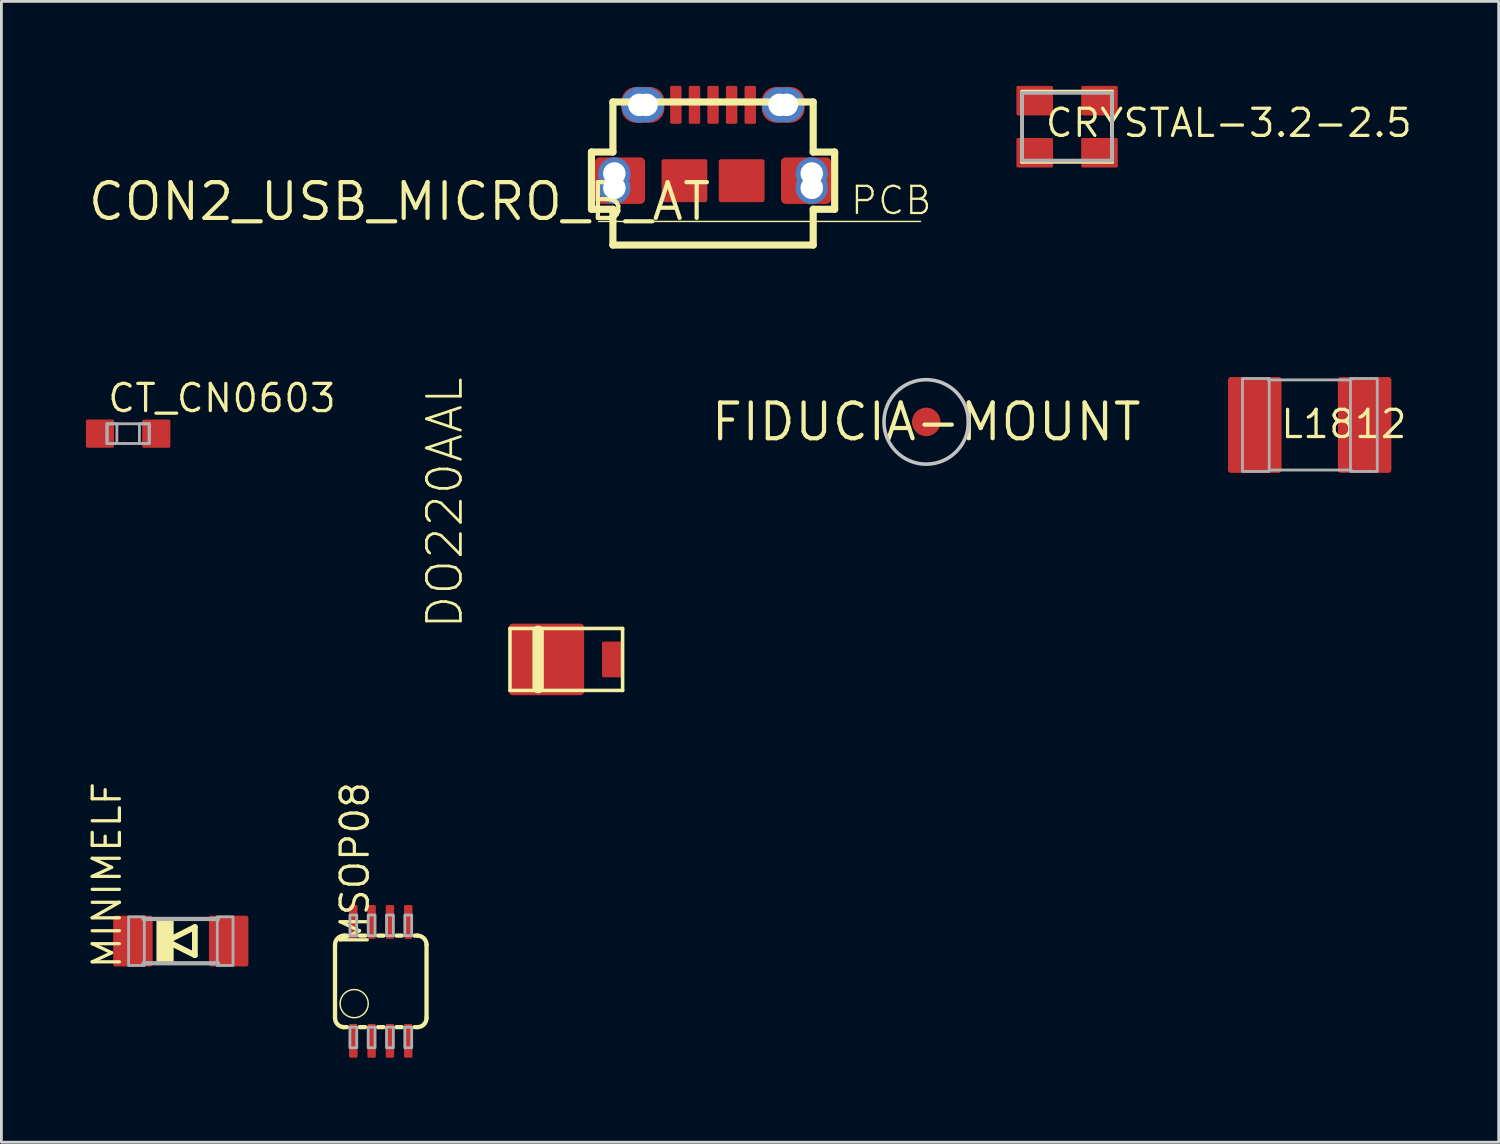
<source format=kicad_pcb>
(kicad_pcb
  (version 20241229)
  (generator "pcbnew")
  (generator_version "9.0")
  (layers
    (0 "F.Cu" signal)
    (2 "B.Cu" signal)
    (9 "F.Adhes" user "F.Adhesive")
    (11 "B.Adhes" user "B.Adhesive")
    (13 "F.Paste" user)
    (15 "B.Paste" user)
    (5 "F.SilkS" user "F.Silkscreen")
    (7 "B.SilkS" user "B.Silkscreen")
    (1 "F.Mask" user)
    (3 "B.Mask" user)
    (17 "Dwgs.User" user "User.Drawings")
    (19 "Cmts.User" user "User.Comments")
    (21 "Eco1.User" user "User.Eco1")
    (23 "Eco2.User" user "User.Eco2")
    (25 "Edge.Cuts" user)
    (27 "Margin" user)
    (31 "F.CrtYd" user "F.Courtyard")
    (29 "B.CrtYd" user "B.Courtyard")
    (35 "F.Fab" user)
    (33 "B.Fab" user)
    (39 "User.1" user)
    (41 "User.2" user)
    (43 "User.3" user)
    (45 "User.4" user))
  (footprint "CRYSTAL-3.2-2.5"
    (layer "F.Cu")
    (at 34.842 1.45)
    (property "Reference" "CRYSTAL-3.2-2.5" (at -0.837 0.432 0) (layer "F.SilkS") (effects (font (size 0.965 0.965) (thickness 0.116)) (justify left bottom)))
    (attr through_hole)
    (fp_line (start -1.6 -1.25) (end 1.6 -1.25) (stroke (width 0.127) (type solid)) (layer "F.SilkS"))
    (fp_line (start -1.6 1.25) (end -1.6 -1.25) (stroke (width 0.127) (type solid)) (layer "F.SilkS"))
    (fp_line (start 1.6 -1.25) (end 1.6 1.25) (stroke (width 0.127) (type solid)) (layer "F.SilkS"))
    (fp_line (start 1.6 1.25) (end -1.6 1.25) (stroke (width 0.127) (type solid)) (layer "F.SilkS"))
    (fp_line (start -1.6 -1.2) (end 1.6 -1.2) (stroke (width 0.127) (type solid)) (layer "F.Fab"))
    (fp_line (start -1.6 1.2) (end -1.6 -1.2) (stroke (width 0.127) (type solid)) (layer "F.Fab"))
    (fp_line (start 1.6 -1.2) (end 1.6 1.2) (stroke (width 0.127) (type solid)) (layer "F.Fab"))
    (fp_line (start 1.6 1.2) (end -1.6 1.2) (stroke (width 0.127) (type solid)) (layer "F.Fab"))
    (pad "1" smd roundrect (at -1.15 0.925 90) (size 1.05 1.3) (layers "F.Cu" "F.Mask" "F.Paste") (roundrect_rratio 0.05))
    (pad "2" smd roundrect (at 1.15 0.925 90) (size 1.05 1.3) (layers "F.Cu" "F.Mask" "F.Paste") (roundrect_rratio 0.05))
    (pad "3" smd roundrect (at 1.15 -0.925 90) (size 1.05 1.3) (layers "F.Cu" "F.Mask" "F.Paste") (roundrect_rratio 0.05))
    (pad "4" smd roundrect (at -1.15 -0.925 90) (size 1.05 1.3) (layers "F.Cu" "F.Mask" "F.Paste") (roundrect_rratio 0.05)))
  (footprint "FIDUCIA-MOUNT"
    (layer "F.Cu")
    (at 29.839 11.932)
    (property "Reference" "FIDUCIA-MOUNT" (at 0 0 0) (layer "F.SilkS") (effects (font (size 1.27 1.27) (thickness 0.15))))
    (attr through_hole)
    (fp_circle (center 0 0) (end 0.5 0) (stroke (width 2.184) (type solid)) (fill no) (layer "F.Mask"))
    (fp_circle (center 0 0) (end 1.5 0) (stroke (width 0.127) (type solid)) (fill no) (layer "Dwgs.User"))
    (pad "P$1" smd roundrect (at 0 0) (size 1.016 1.016) (layers "F.Cu" "F.Mask" "F.Paste") (roundrect_rratio 0.5)))
  (footprint "CON2_USB_MICRO_B_AT"
    (layer "F.Cu")
    (at 22.27 3.365)
    (property "Reference" "CON2_USB_MICRO_B_AT" (at 0 0 0) (layer "F.SilkS") (effects (font (size 1.27 1.27) (thickness 0.15)) (justify right top)))
    (attr through_hole)
    (fp_line (start -4.318 -1.016) (end -3.556 -1.016) (stroke (width 0.254) (type solid)) (layer "F.SilkS"))
    (fp_line (start -4.318 1.016) (end -4.318 -1.016) (stroke (width 0.254) (type solid)) (layer "F.SilkS"))
    (fp_line (start -4.064 1.448) (end 7.366 1.448) (stroke (width 0.051) (type solid)) (layer "F.SilkS"))
    (fp_line (start -3.556 -2.794) (end 3.556 -2.794) (stroke (width 0.254) (type solid)) (layer "F.SilkS"))
    (fp_line (start -3.556 -1.016) (end -3.556 -2.794) (stroke (width 0.254) (type solid)) (layer "F.SilkS"))
    (fp_line (start -3.556 1.016) (end -4.318 1.016) (stroke (width 0.254) (type solid)) (layer "F.SilkS"))
    (fp_line (start -3.556 2.286) (end -3.556 1.016) (stroke (width 0.254) (type solid)) (layer "F.SilkS"))
    (fp_line (start 3.556 -2.794) (end 3.556 -1.016) (stroke (width 0.254) (type solid)) (layer "F.SilkS"))
    (fp_line (start 3.556 -1.016) (end 4.318 -1.016) (stroke (width 0.254) (type solid)) (layer "F.SilkS"))
    (fp_line (start 3.556 1.016) (end 3.556 2.286) (stroke (width 0.254) (type solid)) (layer "F.SilkS"))
    (fp_line (start 3.556 2.286) (end -3.556 2.286) (stroke (width 0.254) (type solid)) (layer "F.SilkS"))
    (fp_line (start 4.318 -1.016) (end 4.318 1.016) (stroke (width 0.254) (type solid)) (layer "F.SilkS"))
    (fp_line (start 4.318 1.016) (end 3.556 1.016) (stroke (width 0.254) (type solid)) (layer "F.SilkS"))
    (fp_text user "Modify SOLDER PADS" (at 6.35 3.81 0) (layer "B.Mask") (effects (font (size 0.772 0.772) (thickness 0.065)) (justify left bottom mirror)))
    (fp_text user "PCB" (at 4.826 1.27 0) (layer "F.SilkS") (effects (font (size 0.965 0.965) (thickness 0.081)) (justify left bottom)))
    (pad "P$1" thru_hole circle (at -2.616 -2.692) (size 1.27 1.27) (drill 0.8) (layers "*.Cu" "*.Mask"))
    (pad "P$2" thru_hole circle (at -2.362 -2.692) (size 1.245 1.245) (drill 0.8) (layers "*.Cu" "*.Mask"))
    (pad "P$3" thru_hole circle (at -3.505 0.254) (size 1.143 1.143) (drill 0.8) (layers "*.Cu" "*.Mask"))
    (pad "P$4" thru_hole circle (at -3.505 -0.254) (size 1.143 1.143) (drill 0.8) (layers "*.Cu" "*.Mask"))
    (pad "P$5" thru_hole circle (at 3.505 -0.254) (size 1.143 1.143) (drill 0.8) (layers "*.Cu" "*.Mask"))
    (pad "P$6" thru_hole circle (at 3.505 0.254) (size 1.143 1.143) (drill 0.8) (layers "*.Cu" "*.Mask"))
    (pad "P$7" thru_hole circle (at 2.362 -2.692) (size 1.245 1.245) (drill 0.8) (layers "*.Cu" "*.Mask"))
    (pad "P$8" thru_hole circle (at 2.616 -2.692) (size 1.245 1.245) (drill 0.8) (layers "*.Cu" "*.Mask"))
    (pad "P1" smd roundrect (at -1.321 -2.692) (size 0.406 1.346) (layers "F.Cu" "F.Mask" "F.Paste") (roundrect_rratio 0.125))
    (pad "P2" smd roundrect (at -0.66 -2.692) (size 0.406 1.346) (layers "F.Cu" "F.Mask" "F.Paste") (roundrect_rratio 0.125))
    (pad "P3" smd roundrect (at 0 -2.692) (size 0.406 1.346) (layers "F.Cu" "F.Mask" "F.Paste") (roundrect_rratio 0.125))
    (pad "P4" smd roundrect (at 0.66 -2.692) (size 0.406 1.346) (layers "F.Cu" "F.Mask" "F.Paste") (roundrect_rratio 0.125))
    (pad "P5" smd roundrect (at 1.321 -2.692) (size 0.406 1.346) (layers "F.Cu" "F.Mask" "F.Paste") (roundrect_rratio 0.125))
    (pad "S1" smd roundrect (at -3.302 0) (size 1.778 1.651) (layers "F.Cu" "F.Mask" "F.Paste") (roundrect_rratio 0.1))
    (pad "S2" smd roundrect (at 3.302 0) (size 1.778 1.651) (layers "F.Cu" "F.Mask" "F.Paste") (roundrect_rratio 0.1))
    (pad "S3" smd roundrect (at -2.489 -2.692) (size 1.524 1.27) (layers "F.Cu" "F.Mask" "F.Paste") (roundrect_rratio 0.4))
    (pad "S4" smd roundrect (at 2.489 -2.692) (size 1.524 1.27) (layers "F.Cu" "F.Mask" "F.Paste") (roundrect_rratio 0.4))
    (pad "S5" smd roundrect (at -1.016 0) (size 1.626 1.524) (layers "F.Cu" "F.Mask" "F.Paste") (roundrect_rratio 0.05))
    (pad "S6" smd roundrect (at 1.016 0) (size 1.626 1.524) (layers "F.Cu" "F.Mask" "F.Paste") (roundrect_rratio 0.05)))
  (footprint "CT_CN0603"
    (layer "F.Cu")
    (at 1.5 12.348)
    (property "Reference" "CT_CN0603" (at -0.789 -0.695 0) (layer "F.SilkS") (effects (font (size 0.965 0.965) (thickness 0.116)) (justify left bottom)))
    (attr through_hole)
    (fp_line (start -0.75 -0.35) (end 0.75 -0.35) (stroke (width 0.102) (type solid)) (layer "F.Fab"))
    (fp_line (start -0.75 0.35) (end -0.75 -0.35) (stroke (width 0.102) (type solid)) (layer "F.Fab"))
    (fp_line (start 0.75 -0.35) (end 0.75 0.35) (stroke (width 0.102) (type solid)) (layer "F.Fab"))
    (fp_line (start 0.75 0.35) (end -0.75 0.35) (stroke (width 0.102) (type solid)) (layer "F.Fab"))
    (fp_poly (pts (xy -0.75 0.35) (xy -0.4 0.35) (xy -0.4 -0.35) (xy -0.75 -0.35)) (stroke (width 0.1) (type solid)) (fill no) (layer "F.Fab"))
    (fp_poly (pts (xy 0.75 -0.35) (xy 0.4 -0.35) (xy 0.4 0.35) (xy 0.75 0.35)) (stroke (width 0.1) (type solid)) (fill no) (layer "F.Fab"))
    (pad "1" smd roundrect (at -1 0) (size 1 1) (layers "F.Cu" "F.Mask" "F.Paste") (roundrect_rratio 0.051))
    (pad "2" smd roundrect (at 1 0) (size 1 1) (layers "F.Cu" "F.Mask" "F.Paste") (roundrect_rratio 0.051)))
  (footprint "L1812"
    (layer "F.Cu")
    (at 43.457 12.04)
    (property "Reference" "L1812" (at -1.092 0.533 180) (layer "F.SilkS") (effects (font (size 0.965 0.965) (thickness 0.116)) (justify left bottom)))
    (attr through_hole)
    (fp_line (start -1.473 -1.6) (end 1.473 -1.6) (stroke (width 0.102) (type solid)) (layer "F.Fab"))
    (fp_line (start -1.448 1.6) (end 1.473 1.6) (stroke (width 0.102) (type solid)) (layer "F.Fab"))
    (fp_poly (pts (xy -2.388 1.651) (xy -1.438 1.651) (xy -1.438 -1.649) (xy -2.388 -1.649)) (stroke (width 0.1) (type solid)) (fill no) (layer "F.Fab"))
    (fp_poly (pts (xy 1.448 1.651) (xy 2.398 1.651) (xy 2.398 -1.649) (xy 1.448 -1.649)) (stroke (width 0.1) (type solid)) (fill no) (layer "F.Fab"))
    (pad "1" smd roundrect (at -1.95 0) (size 1.9 3.4) (layers "F.Cu" "F.Mask" "F.Paste") (roundrect_rratio 0.05))
    (pad "2" smd roundrect (at 1.95 0) (size 1.9 3.4) (layers "F.Cu" "F.Mask" "F.Paste") (roundrect_rratio 0.05)))
  (footprint "MINIMELF"
    (layer "F.Cu")
    (at 3.37 30.368)
    (property "Reference" "MINIMELF" (at -2.057 1.041 270) (layer "F.SilkS") (effects (font (size 0.965 0.965) (thickness 0.116)) (justify left bottom)))
    (attr through_hole)
    (fp_line (start -0.5 0) (end 0.5 0.5) (stroke (width 0.203) (type solid)) (layer "F.SilkS"))
    (fp_line (start 0.5 -0.5) (end -0.5 0) (stroke (width 0.203) (type solid)) (layer "F.SilkS"))
    (fp_line (start 0.5 0.5) (end 0.5 -0.5) (stroke (width 0.203) (type solid)) (layer "F.SilkS"))
    (fp_poly (pts (xy -0.864 0.787) (xy -0.254 0.787) (xy -0.254 -0.787) (xy -0.864 -0.787)) (stroke (width 0) (type solid)) (fill yes) (layer "F.SilkS"))
    (fp_line (start 1.321 -0.787) (end -1.321 -0.787) (stroke (width 0.152) (type solid)) (layer "F.Fab"))
    (fp_line (start 1.321 0.787) (end -1.321 0.787) (stroke (width 0.152) (type solid)) (layer "F.Fab"))
    (fp_poly (pts (xy -1.854 0.864) (xy -1.295 0.864) (xy -1.295 -0.864) (xy -1.854 -0.864)) (stroke (width 0.1) (type solid)) (fill no) (layer "F.Fab"))
    (fp_poly (pts (xy 1.295 0.864) (xy 1.854 0.864) (xy 1.854 -0.864) (xy 1.295 -0.864)) (stroke (width 0.1) (type solid)) (fill no) (layer "F.Fab"))
    (pad "A" smd roundrect (at 1.7 0) (size 1.4 1.8) (layers "F.Cu" "F.Mask" "F.Paste") (roundrect_rratio 0.05))
    (pad "C" smd roundrect (at -1.7 0) (size 1.4 1.8) (layers "F.Cu" "F.Mask" "F.Paste") (roundrect_rratio 0.05)))
  (footprint "MSOP08"
    (layer "F.Cu")
    (at 10.472 31.797)
    (property "Reference" "MSOP08" (at -0.356 -1.168 270) (layer "F.SilkS") (effects (font (size 0.965 0.965) (thickness 0.116)) (justify left bottom)))
    (attr through_hole)
    (fp_line (start -1.626 1.301) (end -1.626 -1.299) (stroke (width 0.152) (type solid)) (layer "F.SilkS"))
    (fp_line (start -1.341 1.626) (end -1.204 1.626) (stroke (width 0.152) (type solid)) (layer "F.SilkS"))
    (fp_line (start -1.301 -1.624) (end -1.204 -1.624) (stroke (width 0.152) (type solid)) (layer "F.SilkS"))
    (fp_line (start -0.747 -1.624) (end -0.554 -1.624) (stroke (width 0.152) (type solid)) (layer "F.SilkS"))
    (fp_line (start -0.747 1.626) (end -0.554 1.626) (stroke (width 0.152) (type solid)) (layer "F.SilkS"))
    (fp_line (start -0.097 -1.624) (end 0.096 -1.624) (stroke (width 0.152) (type solid)) (layer "F.SilkS"))
    (fp_line (start -0.097 1.626) (end 0.096 1.626) (stroke (width 0.152) (type solid)) (layer "F.SilkS"))
    (fp_line (start 0.553 -1.624) (end 0.746 -1.624) (stroke (width 0.152) (type solid)) (layer "F.SilkS"))
    (fp_line (start 0.553 1.626) (end 0.746 1.626) (stroke (width 0.152) (type solid)) (layer "F.SilkS"))
    (fp_line (start 1.203 -1.624) (end 1.299 -1.624) (stroke (width 0.152) (type solid)) (layer "F.SilkS"))
    (fp_line (start 1.203 1.626) (end 1.299 1.626) (stroke (width 0.152) (type solid)) (layer "F.SilkS"))
    (fp_line (start 1.624 -1.299) (end 1.624 1.301) (stroke (width 0.152) (type solid)) (layer "F.SilkS"))
    (fp_arc (start -1.626 -1.299) (mid -1.53081 -1.52881) (end -1.301 -1.624) (stroke (width 0.1524) (type solid)) (layer "F.SilkS"))
    (fp_arc (start -1.301 1.626) (mid -1.53081 1.53081) (end -1.626 1.301) (stroke (width 0.1524) (type solid)) (layer "F.SilkS"))
    (fp_arc (start 1.299 -1.624) (mid 1.52881 -1.52881) (end 1.624 -1.299) (stroke (width 0.1524) (type solid)) (layer "F.SilkS"))
    (fp_arc (start 1.624 1.301) (mid 1.52881 1.53081) (end 1.299 1.626) (stroke (width 0.1524) (type solid)) (layer "F.SilkS"))
    (fp_circle (center -0.946 0.791) (end -0.446 0.791) (stroke (width 0.051) (type solid)) (fill no) (layer "F.SilkS"))
    (fp_poly (pts (xy -1.097 -1.624) (xy -0.854 -1.624) (xy -0.854 -2.356) (xy -1.097 -2.356)) (stroke (width 0.1) (type solid)) (fill no) (layer "F.Fab"))
    (fp_poly (pts (xy -1.097 2.357) (xy -0.854 2.357) (xy -0.854 1.626) (xy -1.097 1.626)) (stroke (width 0.1) (type solid)) (fill no) (layer "F.Fab"))
    (fp_poly (pts (xy -0.448 -1.624) (xy -0.204 -1.624) (xy -0.204 -2.356) (xy -0.448 -2.356)) (stroke (width 0.1) (type solid)) (fill no) (layer "F.Fab"))
    (fp_poly (pts (xy -0.448 2.357) (xy -0.204 2.357) (xy -0.204 1.626) (xy -0.448 1.626)) (stroke (width 0.1) (type solid)) (fill no) (layer "F.Fab"))
    (fp_poly (pts (xy 0.203 -1.624) (xy 0.446 -1.624) (xy 0.446 -2.356) (xy 0.203 -2.356)) (stroke (width 0.1) (type solid)) (fill no) (layer "F.Fab"))
    (fp_poly (pts (xy 0.203 2.357) (xy 0.446 2.357) (xy 0.446 1.626) (xy 0.203 1.626)) (stroke (width 0.1) (type solid)) (fill no) (layer "F.Fab"))
    (fp_poly (pts (xy 0.853 -1.624) (xy 1.096 -1.624) (xy 1.096 -2.356) (xy 0.853 -2.356)) (stroke (width 0.1) (type solid)) (fill no) (layer "F.Fab"))
    (fp_poly (pts (xy 0.853 2.357) (xy 1.096 2.357) (xy 1.096 1.626) (xy 0.853 1.626)) (stroke (width 0.1) (type solid)) (fill no) (layer "F.Fab"))
    (pad "1" smd roundrect (at -0.976 2.113) (size 0.3 1.2) (layers "F.Cu" "F.Mask" "F.Paste") (roundrect_rratio 0.169))
    (pad "2" smd roundrect (at -0.326 2.113) (size 0.3 1.2) (layers "F.Cu" "F.Mask" "F.Paste") (roundrect_rratio 0.169))
    (pad "3" smd roundrect (at 0.324 2.113) (size 0.3 1.2) (layers "F.Cu" "F.Mask" "F.Paste") (roundrect_rratio 0.169))
    (pad "4" smd roundrect (at 0.974 2.113) (size 0.3 1.2) (layers "F.Cu" "F.Mask" "F.Paste") (roundrect_rratio 0.169))
    (pad "5" smd roundrect (at 0.974 -2.112) (size 0.3 1.2) (layers "F.Cu" "F.Mask" "F.Paste") (roundrect_rratio 0.169))
    (pad "6" smd roundrect (at 0.324 -2.112) (size 0.3 1.2) (layers "F.Cu" "F.Mask" "F.Paste") (roundrect_rratio 0.169))
    (pad "7" smd roundrect (at -0.326 -2.112) (size 0.3 1.2) (layers "F.Cu" "F.Mask" "F.Paste") (roundrect_rratio 0.169))
    (pad "8" smd roundrect (at -0.976 -2.112) (size 0.3 1.2) (layers "F.Cu" "F.Mask" "F.Paste") (roundrect_rratio 0.169)))
  (footprint "DO220AAL"
    (layer "F.Cu")
    (at 17.058 20.367)
    (property "Reference" "DO220AAL" (at -3.607 -1.016 270) (layer "F.SilkS") (effects (font (size 1.206 1.206) (thickness 0.097)) (justify left bottom)))
    (attr through_hole)
    (fp_line (start -2 -1.1) (end -2 1.1) (stroke (width 0.127) (type solid)) (layer "F.SilkS"))
    (fp_line (start -2 1.1) (end 2 1.1) (stroke (width 0.127) (type solid)) (layer "F.SilkS"))
    (fp_line (start -1 -1) (end -1 1) (stroke (width 0.406) (type solid)) (layer "F.SilkS"))
    (fp_line (start 2 -1.1) (end -2 -1.1) (stroke (width 0.127) (type solid)) (layer "F.SilkS"))
    (fp_line (start 2 1.1) (end 2 -1.1) (stroke (width 0.127) (type solid)) (layer "F.SilkS"))
    (pad "P$1" smd roundrect (at -0.7 0 90) (size 2.54 2.667) (layers "F.Cu" "F.Mask" "F.Paste") (roundrect_rratio 0.05))
    (pad "P$2" smd roundrect (at 1.65 0 180) (size 0.762 1.27) (layers "F.Cu" "F.Mask" "F.Paste") (roundrect_rratio 0.067)))
  (gr_rect
    (start -3 -3)
    (end 50.167 37.51)
    (stroke (width 0.1) (type default))
    (fill no)
    (layer "Edge.Cuts")))
</source>
